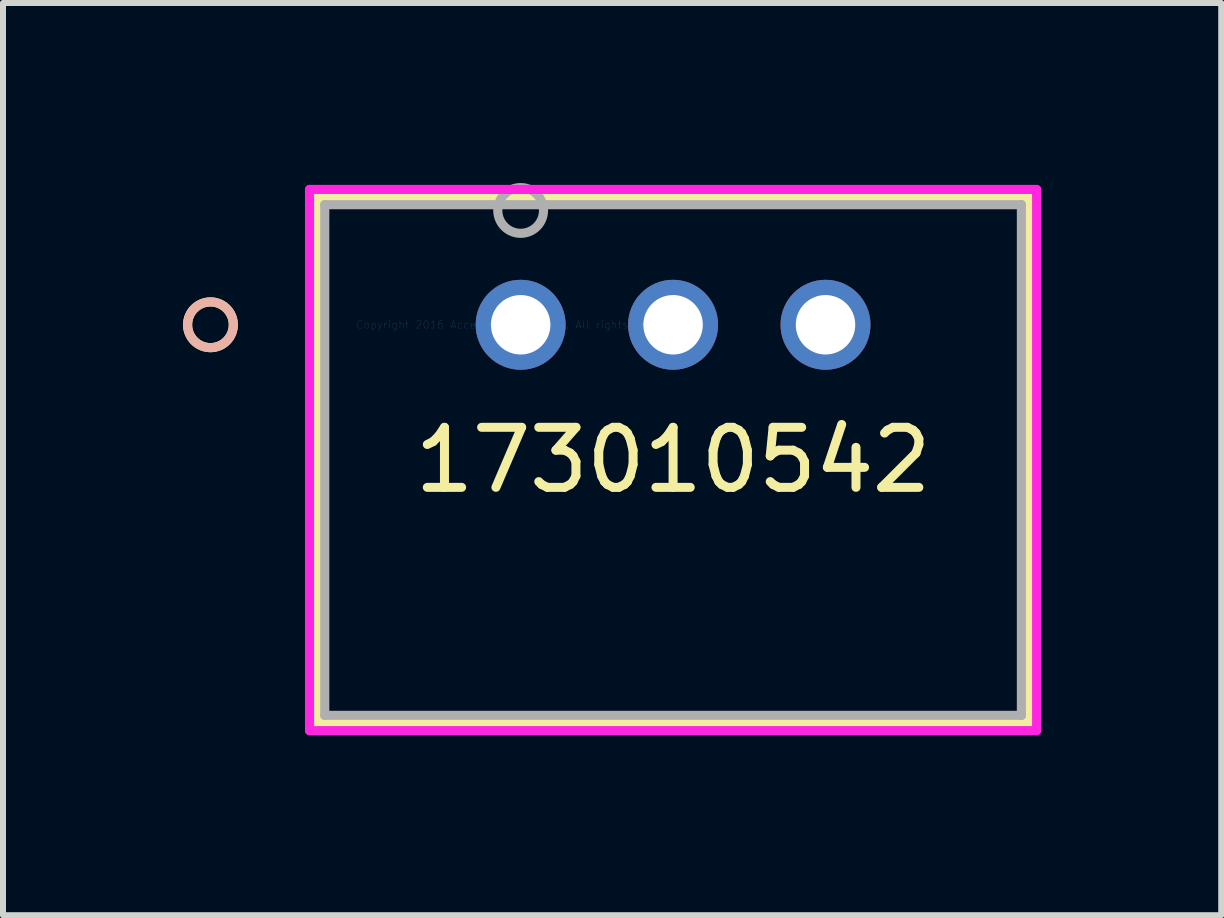
<source format=kicad_pcb>
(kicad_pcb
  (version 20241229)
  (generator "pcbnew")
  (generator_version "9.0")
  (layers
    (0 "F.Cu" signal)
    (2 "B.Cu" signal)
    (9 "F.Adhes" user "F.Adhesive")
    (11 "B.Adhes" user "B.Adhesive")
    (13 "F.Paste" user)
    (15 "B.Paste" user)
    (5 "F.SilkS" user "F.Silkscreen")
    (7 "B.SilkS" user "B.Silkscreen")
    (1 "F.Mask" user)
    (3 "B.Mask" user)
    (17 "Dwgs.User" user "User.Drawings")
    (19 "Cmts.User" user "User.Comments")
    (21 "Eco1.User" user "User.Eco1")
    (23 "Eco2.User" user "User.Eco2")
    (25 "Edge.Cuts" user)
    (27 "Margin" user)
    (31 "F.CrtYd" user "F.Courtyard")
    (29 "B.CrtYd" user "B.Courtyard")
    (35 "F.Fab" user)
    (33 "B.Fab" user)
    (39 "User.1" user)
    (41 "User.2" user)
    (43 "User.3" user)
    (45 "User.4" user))
  (footprint "173010542"
    (layer "F.Cu")
    (at 5.626 2.362)
    (property "Reference" "173010542" (at 2.54 2.254 0) (layer "F.SilkS") (effects (font (size 1 1) (thickness 0.15))))
    (attr through_hole)
    (fp_line (start -3.391 -2.127) (end -3.391 6.636) (stroke (width 0.152) (type solid)) (layer "F.SilkS"))
    (fp_line (start -3.391 6.636) (end 8.471 6.636) (stroke (width 0.152) (type solid)) (layer "F.SilkS"))
    (fp_line (start 8.471 -2.127) (end -3.391 -2.127) (stroke (width 0.152) (type solid)) (layer "F.SilkS"))
    (fp_line (start 8.471 6.636) (end 8.471 -2.127) (stroke (width 0.152) (type solid)) (layer "F.SilkS"))
    (fp_circle (center -5.169 0) (end -4.788 0) (stroke (width 0.152) (type solid)) (fill no) (layer "F.SilkS"))
    (fp_circle (center -5.169 0) (end -4.788 0) (stroke (width 0.152) (type solid)) (fill no) (layer "B.SilkS"))
    (fp_line (start -3.518 -2.255) (end -3.518 6.763) (stroke (width 0.152) (type solid)) (layer "F.CrtYd"))
    (fp_line (start -3.518 6.763) (end 8.598 6.763) (stroke (width 0.152) (type solid)) (layer "F.CrtYd"))
    (fp_line (start 8.598 -2.255) (end -3.518 -2.255) (stroke (width 0.152) (type solid)) (layer "F.CrtYd"))
    (fp_line (start 8.598 6.763) (end 8.598 -2.255) (stroke (width 0.152) (type solid)) (layer "F.CrtYd"))
    (fp_line (start -3.264 -2.001) (end -3.264 6.508) (stroke (width 0.152) (type solid)) (layer "F.Fab"))
    (fp_line (start -3.264 6.508) (end 8.344 6.508) (stroke (width 0.152) (type solid)) (layer "F.Fab"))
    (fp_line (start 8.344 -2.001) (end -3.264 -2.001) (stroke (width 0.152) (type solid)) (layer "F.Fab"))
    (fp_line (start 8.344 6.508) (end 8.344 -2.001) (stroke (width 0.152) (type solid)) (layer "F.Fab"))
    (fp_circle (center 0 -1.905) (end 0.381 -1.905) (stroke (width 0.152) (type solid)) (fill no) (layer "F.Fab"))
    (fp_text user "Copyright 2016 Accelerated Designs. All rights reserved." (at 0 0 0) (layer "Cmts.User") (effects (font (size 0.127 0.127) (thickness 0.002))))
    (pad "1" thru_hole circle (at 0 0) (size 1.499 1.499) (drill 0.991) (layers "*.Cu" "*.Mask"))
    (pad "2" thru_hole circle (at 2.54 0) (size 1.499 1.499) (drill 0.991) (layers "*.Cu" "*.Mask"))
    (pad "3" thru_hole circle (at 5.08 0) (size 1.499 1.499) (drill 0.991) (layers "*.Cu" "*.Mask")))
  (gr_rect
    (start -3 -3)
    (end 17.3 12.201)
    (stroke (width 0.1) (type default))
    (fill no)
    (layer "Edge.Cuts")))
</source>
